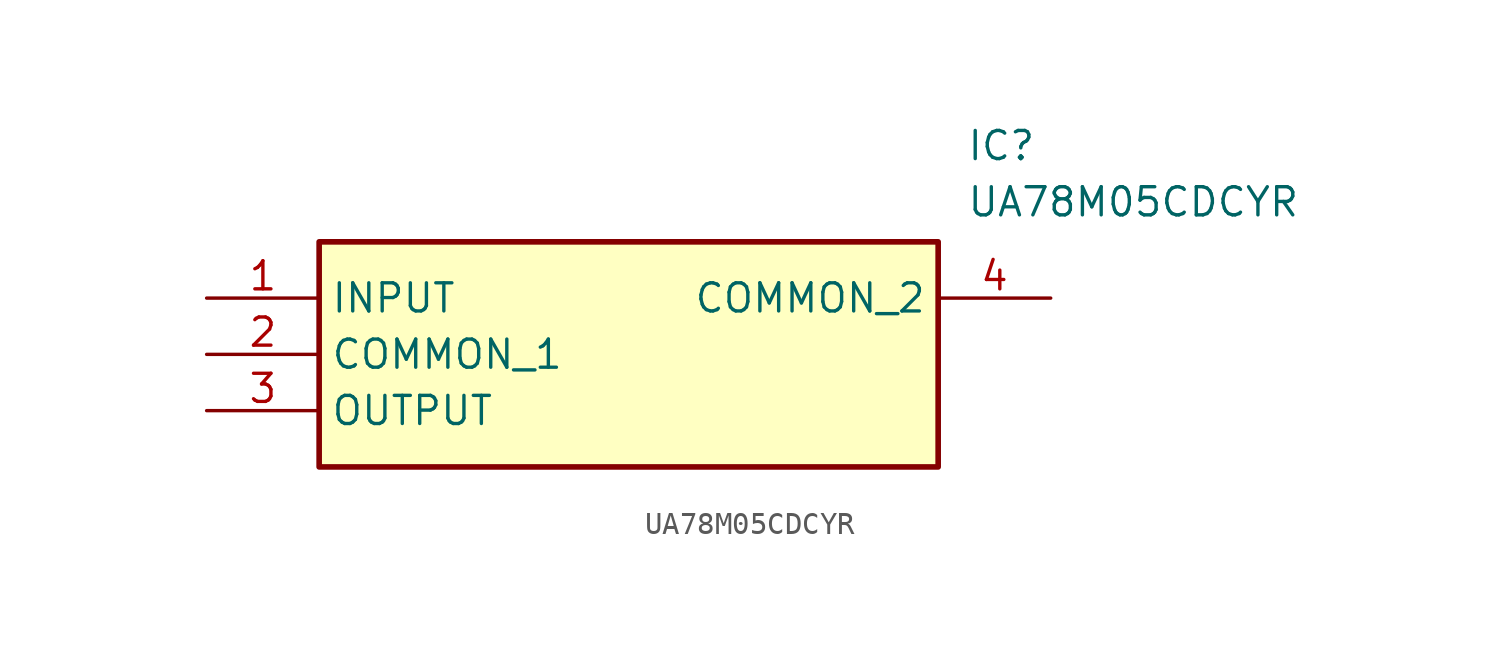
<source format=kicad_sym>
(kicad_symbol_lib
  (version 20211014)
  (generator SamacSys_ECAD_Model)
  (symbol "UA78M05CDCYR"
    (property "Reference" "IC"
      (at 34.29 7.62 0)
      (effects (font (size 1.27 1.27)) (justify left top)))
    (property "Value" "UA78M05CDCYR"
      (at 34.29 5.08 0)
      (effects (font (size 1.27 1.27)) (justify left top)))
    (rectangle
      (start 5.08 2.54)
      (end 33.02 -7.62)
      (stroke (width 0.254) (type default))
      (fill (type background)))
    (pin passive line
      (at 0 0 0)
      (length 5.08)
      (name "INPUT" (effects (font (size 1.27 1.27))))
      (number "1" (effects (font (size 1.27 1.27)))))
    (pin passive line
      (at 0 -2.54 0)
      (length 5.08)
      (name "COMMON_1" (effects (font (size 1.27 1.27))))
      (number "2" (effects (font (size 1.27 1.27)))))
    (pin passive line
      (at 0 -5.08 0)
      (length 5.08)
      (name "OUTPUT" (effects (font (size 1.27 1.27))))
      (number "3" (effects (font (size 1.27 1.27)))))
    (pin passive line
      (at 38.1 0 180)
      (length 5.08)
      (name "COMMON_2" (effects (font (size 1.27 1.27))))
      (number "4" (effects (font (size 1.27 1.27)))))))
</source>
